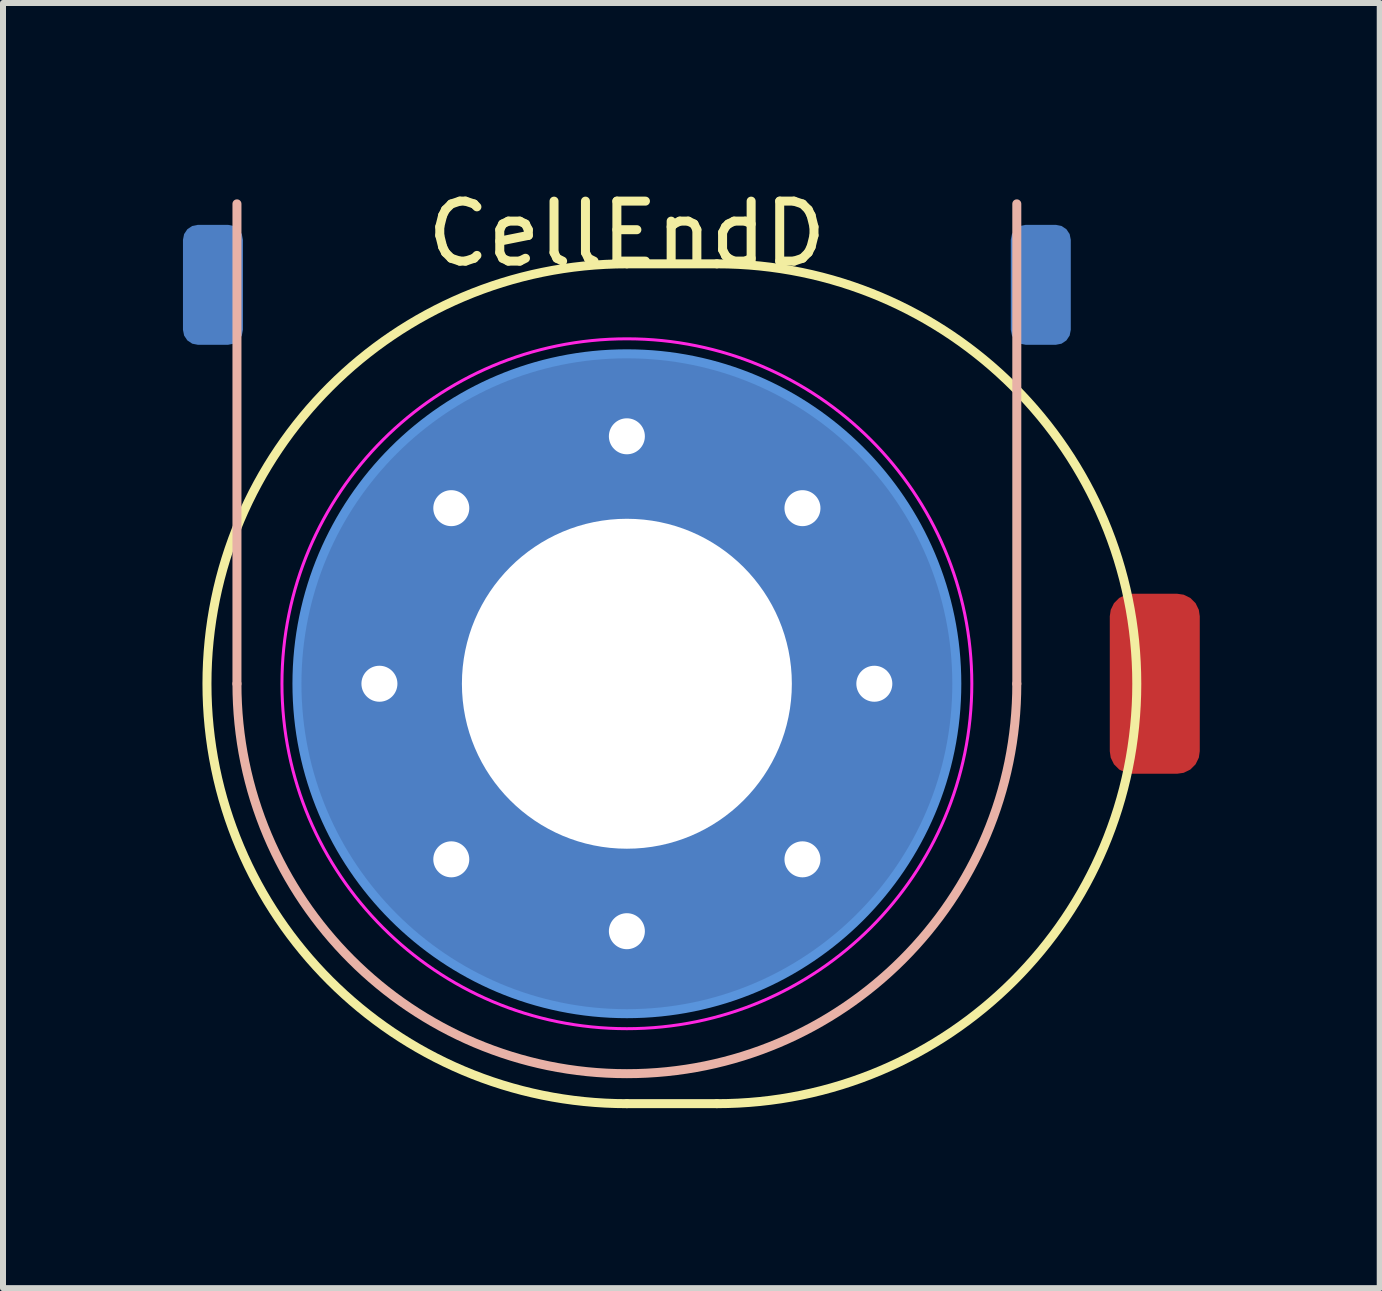
<source format=kicad_pcb>
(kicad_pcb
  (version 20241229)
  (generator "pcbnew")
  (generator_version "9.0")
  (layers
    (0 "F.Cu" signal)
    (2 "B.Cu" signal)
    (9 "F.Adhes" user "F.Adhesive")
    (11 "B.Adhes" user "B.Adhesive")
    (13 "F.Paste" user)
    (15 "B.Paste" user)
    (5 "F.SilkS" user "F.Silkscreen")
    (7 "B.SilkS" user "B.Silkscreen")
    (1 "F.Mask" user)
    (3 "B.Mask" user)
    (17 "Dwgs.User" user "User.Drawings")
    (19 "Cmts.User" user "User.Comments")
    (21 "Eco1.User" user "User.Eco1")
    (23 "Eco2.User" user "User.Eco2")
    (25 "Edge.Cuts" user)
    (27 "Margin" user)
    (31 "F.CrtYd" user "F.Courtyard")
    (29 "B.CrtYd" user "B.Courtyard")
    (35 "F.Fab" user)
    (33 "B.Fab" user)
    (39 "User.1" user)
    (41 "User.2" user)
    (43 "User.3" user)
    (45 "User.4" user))
  (footprint "CellEndD"
    (layer "F.Cu")
    (at 7.4 8.348)
    (property "Reference" "CellEndD" (at 0 -7.5 0) (layer "F.SilkS") (effects (font (size 1 1) (thickness 0.15))))
    (attr exclude_from_pos_files exclude_from_bom)
    (fp_line (start 0 -7) (end 1.5 -7) (stroke (width 0.15) (type solid)) (layer "F.SilkS"))
    (fp_line (start 0 7) (end 1.5 7) (stroke (width 0.15) (type solid)) (layer "F.SilkS"))
    (fp_arc (start 0 7) (mid -7 0) (end 0 -7) (stroke (width 0.15) (type solid)) (layer "F.SilkS"))
    (fp_arc (start 1.5 -7) (mid 8.5 0) (end 1.5 7) (stroke (width 0.15) (type solid)) (layer "F.SilkS"))
    (fp_line (start -6.5 0) (end -6.5 -8) (stroke (width 0.15) (type solid)) (layer "B.SilkS"))
    (fp_line (start 6.5 0) (end 6.5 -8) (stroke (width 0.15) (type solid)) (layer "B.SilkS"))
    (fp_arc (start 6.5 0) (mid 0 6.5) (end -6.5 0) (stroke (width 0.15) (type solid)) (layer "B.SilkS"))
    (fp_circle (center 0 0) (end 5.5 0) (stroke (width 0.15) (type solid)) (fill no) (layer "Cmts.User"))
    (fp_circle (center 0 0) (end 5.75 0) (stroke (width 0.05) (type solid)) (fill no) (layer "F.CrtYd"))
    (pad "" smd roundrect (at -6.9 -6.65 90) (size 2 1) (layers "B.Cu" "B.Mask") (roundrect_rratio 0.25))
    (pad "" smd roundrect (at 6.9 -6.65 90) (size 2 1) (layers "B.Cu" "B.Mask") (roundrect_rratio 0.25))
    (pad "" smd roundrect (at 8.8 0 90) (size 3 1.5) (layers "F.Cu" "F.Mask") (roundrect_rratio 0.25))
    (pad "1" thru_hole circle (at -4.125 0) (size 0.9 0.9) (drill 0.6) (layers "*.Cu" "*.Mask"))
    (pad "1" thru_hole circle (at -2.927 -2.927) (size 0.9 0.9) (drill 0.6) (layers "*.Cu" "*.Mask"))
    (pad "1" thru_hole circle (at -2.927 2.927) (size 0.9 0.9) (drill 0.6) (layers "*.Cu" "*.Mask"))
    (pad "1" thru_hole circle (at 0 -4.125) (size 0.9 0.9) (drill 0.6) (layers "*.Cu" "*.Mask"))
    (pad "1" thru_hole circle (at 0 0) (size 11 11) (drill 5.5) (layers "*.Cu" "*.Mask"))
    (pad "1" thru_hole circle (at 0 4.125) (size 0.9 0.9) (drill 0.6) (layers "*.Cu" "*.Mask"))
    (pad "1" thru_hole circle (at 2.927 -2.927) (size 0.9 0.9) (drill 0.6) (layers "*.Cu" "*.Mask"))
    (pad "1" thru_hole circle (at 2.927 2.927) (size 0.9 0.9) (drill 0.6) (layers "*.Cu" "*.Mask"))
    (pad "1" thru_hole circle (at 4.125 0) (size 0.9 0.9) (drill 0.6) (layers "*.Cu" "*.Mask")))
  (gr_rect
    (start -3 -3)
    (end 19.95 18.423)
    (stroke (width 0.1) (type default))
    (fill no)
    (layer "Edge.Cuts")))
</source>
